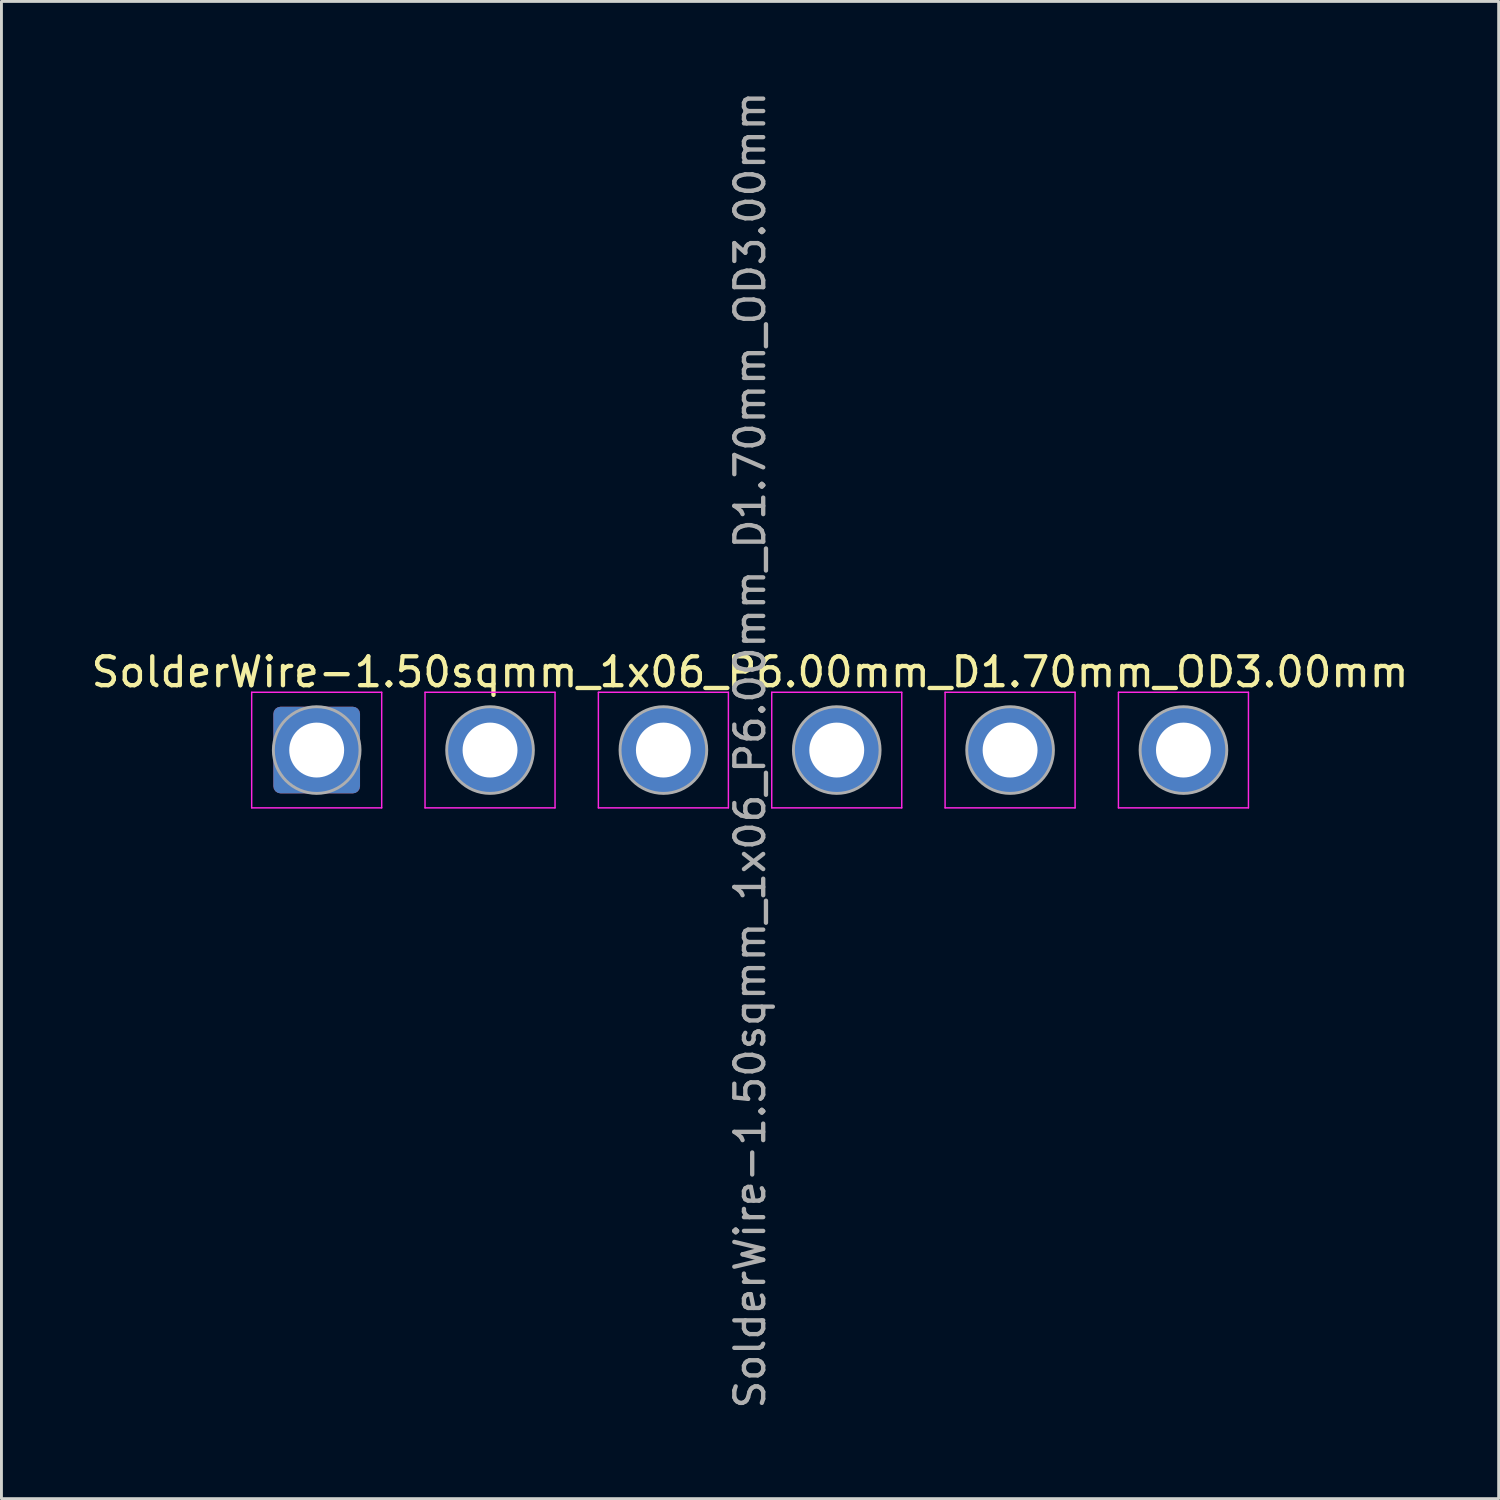
<source format=kicad_pcb>
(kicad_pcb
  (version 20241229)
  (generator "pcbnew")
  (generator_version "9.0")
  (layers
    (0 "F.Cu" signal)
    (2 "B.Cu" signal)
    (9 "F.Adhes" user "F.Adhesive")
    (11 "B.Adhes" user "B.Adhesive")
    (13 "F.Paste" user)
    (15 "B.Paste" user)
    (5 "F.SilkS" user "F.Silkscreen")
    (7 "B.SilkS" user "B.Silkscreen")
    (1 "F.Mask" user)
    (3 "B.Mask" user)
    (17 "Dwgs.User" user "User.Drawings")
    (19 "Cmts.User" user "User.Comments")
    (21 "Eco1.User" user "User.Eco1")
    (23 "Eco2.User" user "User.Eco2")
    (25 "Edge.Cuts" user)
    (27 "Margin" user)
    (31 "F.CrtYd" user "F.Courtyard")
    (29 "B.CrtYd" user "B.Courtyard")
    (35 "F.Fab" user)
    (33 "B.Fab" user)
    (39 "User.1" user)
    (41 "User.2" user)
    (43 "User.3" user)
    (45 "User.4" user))
  (footprint "SolderWire-1.50sqmm_1x06_P6.00mm_D1.70mm_OD3.00mm"
    (layer "F.Cu")
    (at 7.911 22.911)
    (property "Reference" "SolderWire-1.50sqmm_1x06_P6.00mm_D1.70mm_OD3.00mm" (at 15 -2.7 0) (layer "F.SilkS") (effects (font (size 1 1) (thickness 0.15))))
    (attr exclude_from_pos_files exclude_from_bom)
    (fp_line (start -2.25 -2) (end -2.25 2) (stroke (width 0.05) (type solid)) (layer "F.CrtYd"))
    (fp_line (start -2.25 2) (end 2.25 2) (stroke (width 0.05) (type solid)) (layer "F.CrtYd"))
    (fp_line (start 2.25 -2) (end -2.25 -2) (stroke (width 0.05) (type solid)) (layer "F.CrtYd"))
    (fp_line (start 2.25 2) (end 2.25 -2) (stroke (width 0.05) (type solid)) (layer "F.CrtYd"))
    (fp_line (start 3.75 -2) (end 3.75 2) (stroke (width 0.05) (type solid)) (layer "F.CrtYd"))
    (fp_line (start 3.75 2) (end 8.25 2) (stroke (width 0.05) (type solid)) (layer "F.CrtYd"))
    (fp_line (start 8.25 -2) (end 3.75 -2) (stroke (width 0.05) (type solid)) (layer "F.CrtYd"))
    (fp_line (start 8.25 2) (end 8.25 -2) (stroke (width 0.05) (type solid)) (layer "F.CrtYd"))
    (fp_line (start 9.75 -2) (end 9.75 2) (stroke (width 0.05) (type solid)) (layer "F.CrtYd"))
    (fp_line (start 9.75 2) (end 14.25 2) (stroke (width 0.05) (type solid)) (layer "F.CrtYd"))
    (fp_line (start 14.25 -2) (end 9.75 -2) (stroke (width 0.05) (type solid)) (layer "F.CrtYd"))
    (fp_line (start 14.25 2) (end 14.25 -2) (stroke (width 0.05) (type solid)) (layer "F.CrtYd"))
    (fp_line (start 15.75 -2) (end 15.75 2) (stroke (width 0.05) (type solid)) (layer "F.CrtYd"))
    (fp_line (start 15.75 2) (end 20.25 2) (stroke (width 0.05) (type solid)) (layer "F.CrtYd"))
    (fp_line (start 20.25 -2) (end 15.75 -2) (stroke (width 0.05) (type solid)) (layer "F.CrtYd"))
    (fp_line (start 20.25 2) (end 20.25 -2) (stroke (width 0.05) (type solid)) (layer "F.CrtYd"))
    (fp_line (start 21.75 -2) (end 21.75 2) (stroke (width 0.05) (type solid)) (layer "F.CrtYd"))
    (fp_line (start 21.75 2) (end 26.25 2) (stroke (width 0.05) (type solid)) (layer "F.CrtYd"))
    (fp_line (start 26.25 -2) (end 21.75 -2) (stroke (width 0.05) (type solid)) (layer "F.CrtYd"))
    (fp_line (start 26.25 2) (end 26.25 -2) (stroke (width 0.05) (type solid)) (layer "F.CrtYd"))
    (fp_line (start 27.75 -2) (end 27.75 2) (stroke (width 0.05) (type solid)) (layer "F.CrtYd"))
    (fp_line (start 27.75 2) (end 32.25 2) (stroke (width 0.05) (type solid)) (layer "F.CrtYd"))
    (fp_line (start 32.25 -2) (end 27.75 -2) (stroke (width 0.05) (type solid)) (layer "F.CrtYd"))
    (fp_line (start 32.25 2) (end 32.25 -2) (stroke (width 0.05) (type solid)) (layer "F.CrtYd"))
    (fp_circle (center 0 0) (end 1.5 0) (stroke (width 0.1) (type solid)) (fill no) (layer "F.Fab"))
    (fp_circle (center 6 0) (end 7.5 0) (stroke (width 0.1) (type solid)) (fill no) (layer "F.Fab"))
    (fp_circle (center 12 0) (end 13.5 0) (stroke (width 0.1) (type solid)) (fill no) (layer "F.Fab"))
    (fp_circle (center 18 0) (end 19.5 0) (stroke (width 0.1) (type solid)) (fill no) (layer "F.Fab"))
    (fp_circle (center 24 0) (end 25.5 0) (stroke (width 0.1) (type solid)) (fill no) (layer "F.Fab"))
    (fp_circle (center 30 0) (end 31.5 0) (stroke (width 0.1) (type solid)) (fill no) (layer "F.Fab"))
    (fp_text user "${REFERENCE}" (at 15 0 90) (layer "F.Fab") (effects (font (size 1 1) (thickness 0.15))))
    (pad "1" thru_hole roundrect (at 0 0) (size 3 3) (drill 1.9) (layers "*.Cu" "*.Mask") (roundrect_rratio 0.083))
    (pad "2" thru_hole circle (at 6 0) (size 3 3) (drill 1.9) (layers "*.Cu" "*.Mask"))
    (pad "3" thru_hole circle (at 12 0) (size 3 3) (drill 1.9) (layers "*.Cu" "*.Mask"))
    (pad "4" thru_hole circle (at 18 0) (size 3 3) (drill 1.9) (layers "*.Cu" "*.Mask"))
    (pad "5" thru_hole circle (at 24 0) (size 3 3) (drill 1.9) (layers "*.Cu" "*.Mask"))
    (pad "6" thru_hole circle (at 30 0) (size 3 3) (drill 1.9) (layers "*.Cu" "*.Mask")))
  (gr_rect
    (start -3 -3)
    (end 48.821 48.821)
    (stroke (width 0.1) (type default))
    (fill no)
    (layer "Edge.Cuts")))
</source>
